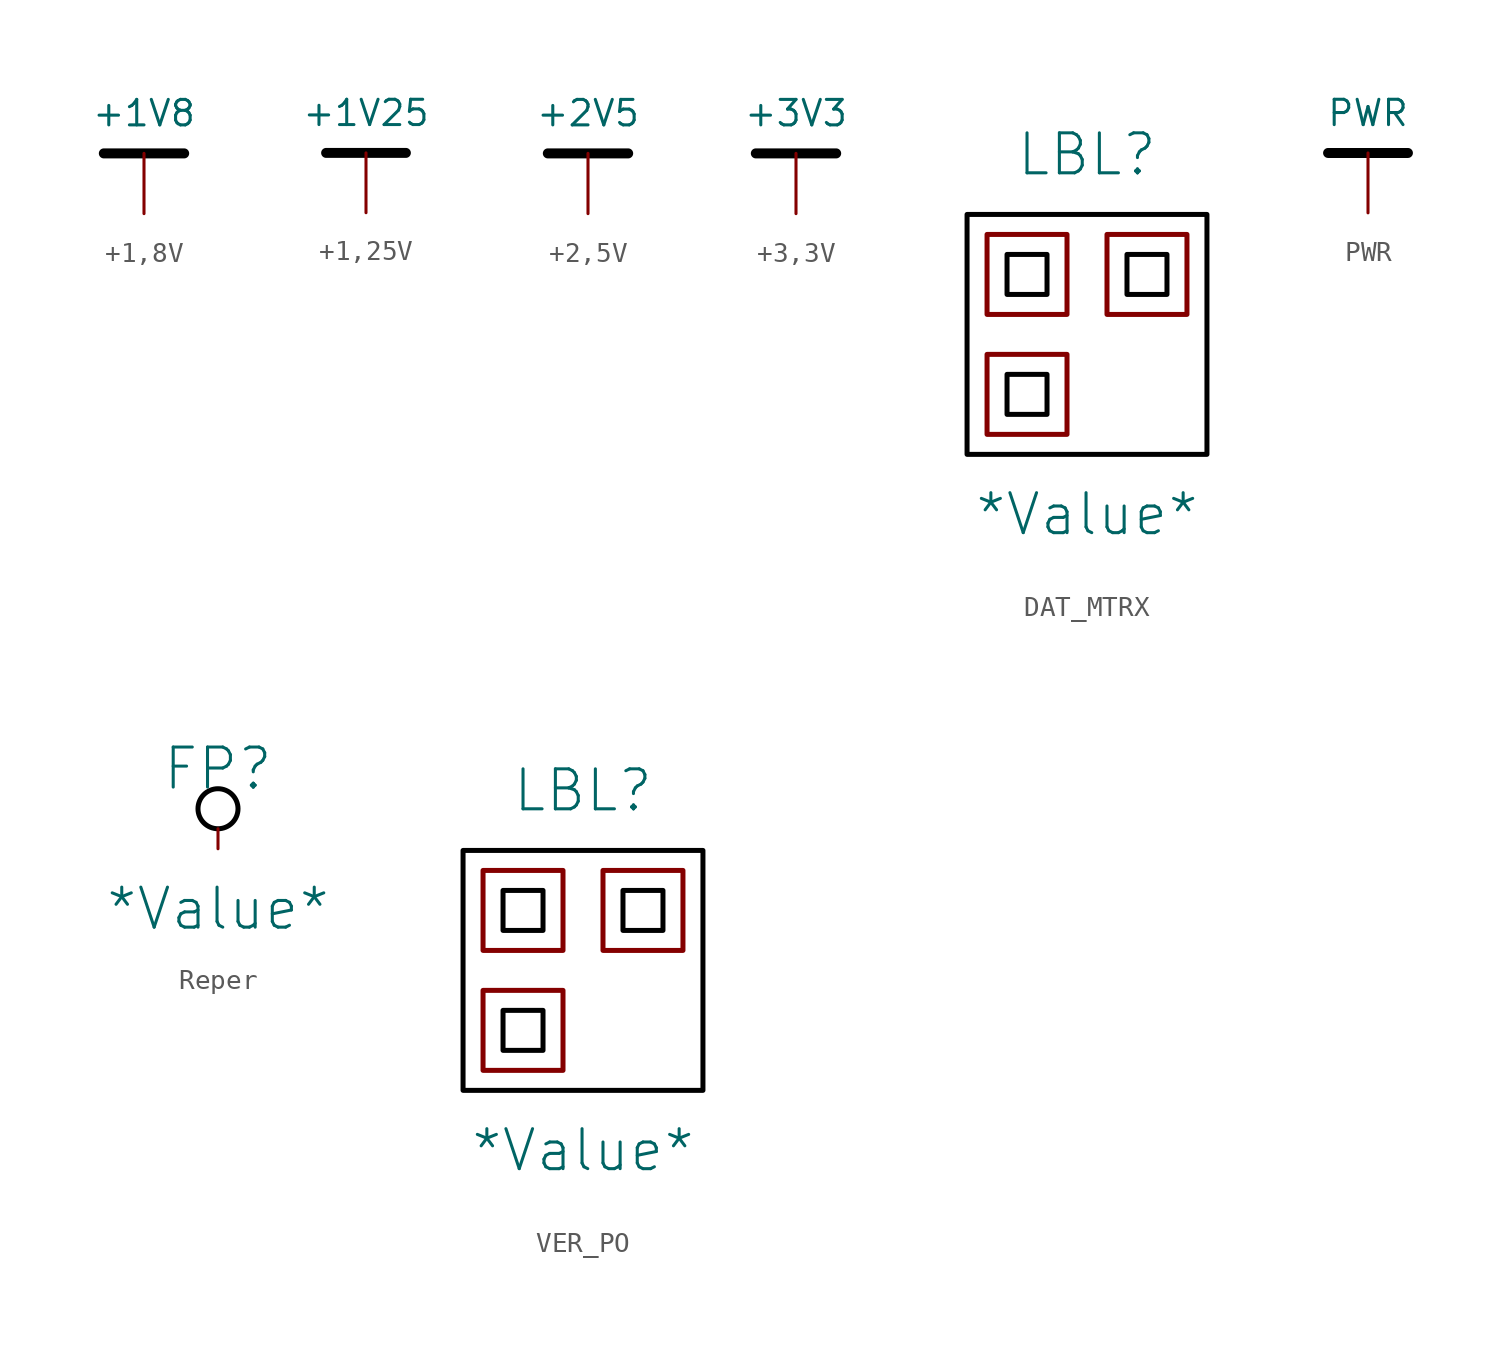
<source format=kicad_sym>
(kicad_symbol_lib
  (version 20241209)
  (generator "kicad_symbol_editor")
  (generator_version "9.0")
  (symbol "+1,8V"
    (power)
    (pin_numbers
      (hide yes))
    (pin_names
      (offset 0)
      (hide yes))
    (property "Reference" "#PWR"
      (at 0 -8 0)
      (effects (font (size 1.27 1.27)) (hide yes)))
    (property "Value" "+1V8"
      (at 0 5 0)
      (effects (font (size 1.27 1.27))))
    (symbol "+1,8V_1_1"
      (polyline (pts (xy -2 3) (xy 2 3)) (stroke (width 0.5) (type solid) (color 0 0 0 1)) (fill (type none)))
      (pin power_in line (at 0 0 90) (length 3) (name "~" (effects (font (size 1.27 1.27)))) (number "1" (effects (font (size 1.27 1.27)))))))
  (symbol "+1,25V"
    (power)
    (pin_numbers
      (hide yes))
    (pin_names
      (offset 0)
      (hide yes))
    (property "Reference" "#PWR"
      (at 0 -8 0)
      (effects (font (size 1.27 1.27)) (hide yes)))
    (property "Value" "+1V25"
      (at 0 5 0)
      (effects (font (size 1.27 1.27))))
    (symbol "+1,25V_1_1"
      (polyline (pts (xy -2 3) (xy 2 3)) (stroke (width 0.5) (type solid) (color 0 0 0 1)) (fill (type none)))
      (pin power_in line (at 0 0 90) (length 3) (name "~" (effects (font (size 1.27 1.27)))) (number "1" (effects (font (size 1.27 1.27)))))))
  (symbol "+2,5V"
    (power)
    (pin_numbers
      (hide yes))
    (pin_names
      (offset 0)
      (hide yes))
    (property "Reference" "#PWR"
      (at 0 -8 0)
      (effects (font (size 1.27 1.27)) (hide yes)))
    (property "Value" "+2V5"
      (at 0 5 0)
      (effects (font (size 1.27 1.27))))
    (symbol "+2,5V_1_1"
      (polyline (pts (xy -2 3) (xy 2 3)) (stroke (width 0.5) (type solid) (color 0 0 0 1)) (fill (type none)))
      (pin power_in line (at 0 0 90) (length 3) (name "~" (effects (font (size 1.27 1.27)))) (number "1" (effects (font (size 1.27 1.27)))))))
  (symbol "+3,3V"
    (power)
    (pin_numbers
      (hide yes))
    (pin_names
      (offset 0)
      (hide yes))
    (property "Reference" "#PWR"
      (at 0 -8 0)
      (effects (font (size 1.27 1.27)) (hide yes)))
    (property "Value" "+3V3"
      (at 0 5 0)
      (effects (font (size 1.27 1.27))))
    (symbol "+3,3V_1_1"
      (polyline (pts (xy -2 3) (xy 2 3)) (stroke (width 0.5) (type solid) (color 0 0 0 1)) (fill (type none)))
      (pin power_in line (at 0 0 90) (length 3) (name "" (effects (font (size 1.27 1.27)))) (number "1" (effects (font (size 1.27 1.27)))))))
  (symbol "DAT_MTRX"
    (property "Reference" "LBL"
      (at 0 9 0)
      (effects (font (size 2 2))))
    (property "Value" "*Value*"
      (at 0 -9 0)
      (effects (font (size 2 2))))
    (symbol "DAT_MTRX_1_0"
      (rectangle (start -6 6) (end 6 -6) (stroke (width 0.25) (type solid) (color 0 0 0 1)) (fill (type none)))
      (rectangle (start -5 5) (end -1 1) (stroke (width 0.25) (type default)) (fill (type none)))
      (rectangle (start -5 -1) (end -1 -5) (stroke (width 0.25) (type default)) (fill (type none)))
      (rectangle (start -4 4) (end -2 2) (stroke (width 0.25) (type solid) (color 0 0 0 1)) (fill (type none)))
      (rectangle (start -4 -2) (end -2 -4) (stroke (width 0.25) (type solid) (color 0 0 0 1)) (fill (type none)))
      (rectangle (start 1 5) (end 5 1) (stroke (width 0.25) (type default)) (fill (type none)))
      (rectangle (start 2 4) (end 4 2) (stroke (width 0.25) (type solid) (color 0 0 0 1)) (fill (type none)))))
  (symbol "PWR"
    (power)
    (pin_numbers
      (hide yes))
    (pin_names
      (offset 0)
      (hide yes))
    (property "Reference" "#PWR"
      (at 0 -8 0)
      (effects (font (size 1.27 1.27)) (hide yes)))
    (property "Value" "PWR"
      (at 0 5 0)
      (effects (font (size 1.27 1.27))))
    (symbol "PWR_1_1"
      (polyline (pts (xy -2 3) (xy 2 3)) (stroke (width 0.5) (type solid) (color 0 0 0 1)) (fill (type none)))
      (pin power_in line (at 0 0 90) (length 3) (name "" (effects (font (size 1.27 1.27)))) (number "1" (effects (font (size 1.27 1.27)))))))
  (symbol "Reper"
    (property "Reference" "FP"
      (at 0 4 0)
      (effects (font (size 2 2))))
    (property "Value" "*Value*"
      (at 0 -3 0)
      (effects (font (size 2 2))))
    (symbol "Reper_1_0"
      (circle (center 0 2) (radius 1) (stroke (width 0.25) (type solid) (color 0 0 0 1)) (fill (type none)))
      (pin passive line (at 0 0 90) (length 1) (name "1" (effects (font (size 0 0)))) (number "1" (effects (font (size 0 0)))))))
  (symbol "VER_PO"
    (property "Reference" "LBL"
      (at 0 9 0)
      (effects (font (size 2 2))))
    (property "Value" "*Value*"
      (at 0 -9 0)
      (effects (font (size 2 2))))
    (symbol "VER_PO_1_0"
      (rectangle (start -6 6) (end 6 -6) (stroke (width 0.25) (type solid) (color 0 0 0 1)) (fill (type none)))
      (rectangle (start -5 5) (end -1 1) (stroke (width 0.25) (type default)) (fill (type none)))
      (rectangle (start -5 -1) (end -1 -5) (stroke (width 0.25) (type default)) (fill (type none)))
      (rectangle (start -4 4) (end -2 2) (stroke (width 0.25) (type solid) (color 0 0 0 1)) (fill (type none)))
      (rectangle (start -4 -2) (end -2 -4) (stroke (width 0.25) (type solid) (color 0 0 0 1)) (fill (type none)))
      (rectangle (start 1 5) (end 5 1) (stroke (width 0.25) (type default)) (fill (type none)))
      (rectangle (start 2 4) (end 4 2) (stroke (width 0.25) (type solid) (color 0 0 0 1)) (fill (type none))))))
</source>
